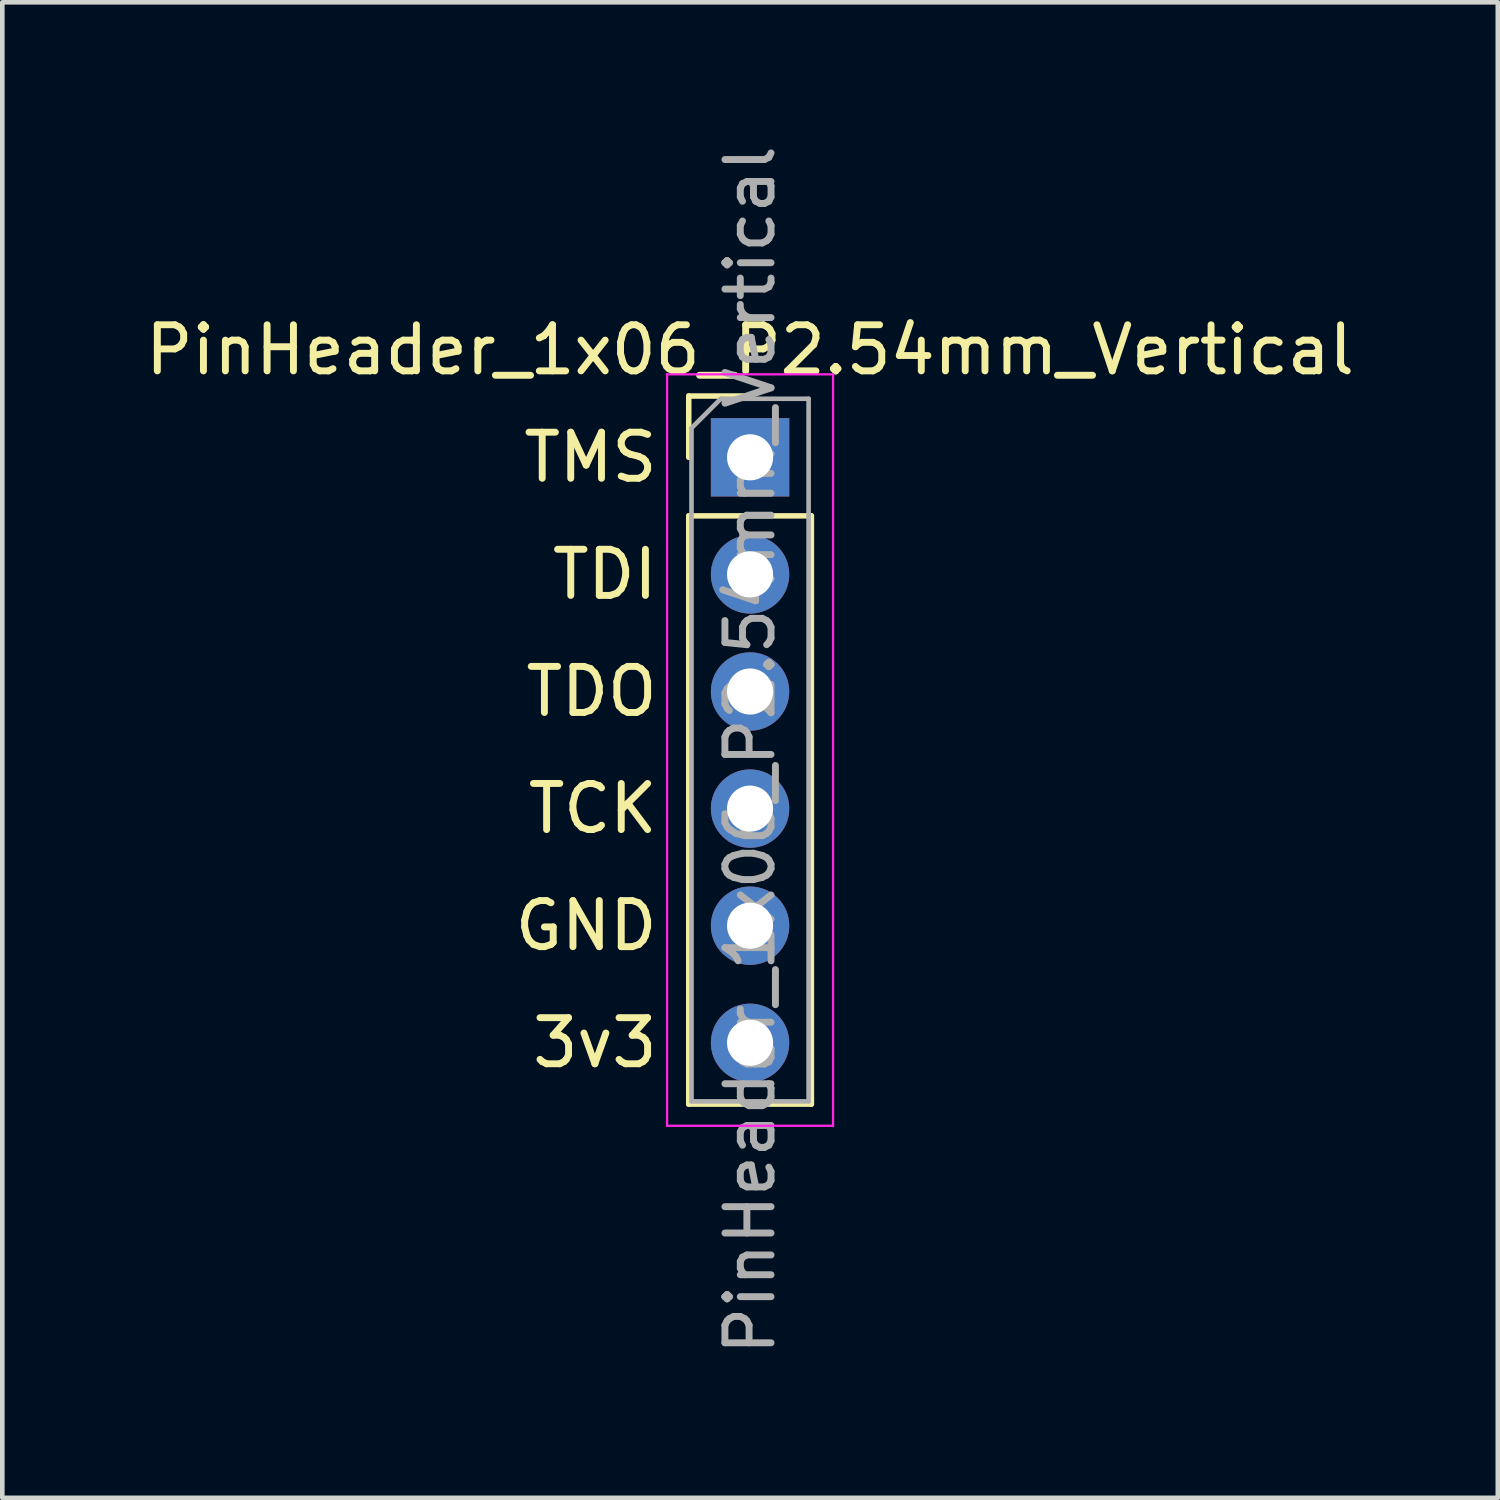
<source format=kicad_pcb>
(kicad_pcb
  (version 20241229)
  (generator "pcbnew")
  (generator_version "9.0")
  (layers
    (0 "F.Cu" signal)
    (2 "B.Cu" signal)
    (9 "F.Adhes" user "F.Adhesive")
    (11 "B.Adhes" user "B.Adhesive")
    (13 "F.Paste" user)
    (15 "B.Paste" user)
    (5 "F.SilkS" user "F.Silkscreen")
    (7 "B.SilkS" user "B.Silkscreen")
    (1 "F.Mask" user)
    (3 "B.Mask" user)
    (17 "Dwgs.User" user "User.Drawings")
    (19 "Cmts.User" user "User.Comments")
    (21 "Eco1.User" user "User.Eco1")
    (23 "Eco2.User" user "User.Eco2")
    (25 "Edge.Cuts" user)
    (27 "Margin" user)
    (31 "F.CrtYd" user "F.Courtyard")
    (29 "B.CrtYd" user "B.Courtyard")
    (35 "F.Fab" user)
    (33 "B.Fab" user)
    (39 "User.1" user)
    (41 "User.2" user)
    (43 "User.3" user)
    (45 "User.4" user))
  (footprint "PinHeader_1x06_P2.54mm_Vertical"
    (layer "F.Cu")
    (at 13.22 6.87)
    (property "Reference" "PinHeader_1x06_P2.54mm_Vertical" (at 0 -2.33 0) (layer "F.SilkS") (effects (font (size 1 1) (thickness 0.15))))
    (attr through_hole)
    (fp_line (start -1.33 -1.33) (end 0 -1.33) (stroke (width 0.12) (type solid)) (layer "F.SilkS"))
    (fp_line (start -1.33 0) (end -1.33 -1.33) (stroke (width 0.12) (type solid)) (layer "F.SilkS"))
    (fp_line (start -1.33 1.27) (end -1.33 14.03) (stroke (width 0.12) (type solid)) (layer "F.SilkS"))
    (fp_line (start -1.33 1.27) (end 1.33 1.27) (stroke (width 0.12) (type solid)) (layer "F.SilkS"))
    (fp_line (start -1.33 14.03) (end 1.33 14.03) (stroke (width 0.12) (type solid)) (layer "F.SilkS"))
    (fp_line (start 1.33 1.27) (end 1.33 14.03) (stroke (width 0.12) (type solid)) (layer "F.SilkS"))
    (fp_line (start -1.8 -1.8) (end -1.8 14.5) (stroke (width 0.05) (type solid)) (layer "F.CrtYd"))
    (fp_line (start -1.8 14.5) (end 1.8 14.5) (stroke (width 0.05) (type solid)) (layer "F.CrtYd"))
    (fp_line (start 1.8 -1.8) (end -1.8 -1.8) (stroke (width 0.05) (type solid)) (layer "F.CrtYd"))
    (fp_line (start 1.8 14.5) (end 1.8 -1.8) (stroke (width 0.05) (type solid)) (layer "F.CrtYd"))
    (fp_line (start -1.27 -0.635) (end -0.635 -1.27) (stroke (width 0.1) (type solid)) (layer "F.Fab"))
    (fp_line (start -1.27 13.97) (end -1.27 -0.635) (stroke (width 0.1) (type solid)) (layer "F.Fab"))
    (fp_line (start -0.635 -1.27) (end 1.27 -1.27) (stroke (width 0.1) (type solid)) (layer "F.Fab"))
    (fp_line (start 1.27 -1.27) (end 1.27 13.97) (stroke (width 0.1) (type solid)) (layer "F.Fab"))
    (fp_line (start 1.27 13.97) (end -1.27 13.97) (stroke (width 0.1) (type solid)) (layer "F.Fab"))
    (fp_text user "TMS" (at -3.461 0 0) (layer "F.SilkS") (effects (font (size 1 1) (thickness 0.15))))
    (fp_text user "GND" (at -3.556 10.16 0) (layer "F.SilkS") (effects (font (size 1 1) (thickness 0.15))))
    (fp_text user "TCK" (at -3.413 7.62 0) (layer "F.SilkS") (effects (font (size 1 1) (thickness 0.15))))
    (fp_text user "3v3" (at -3.366 12.7 0) (layer "F.SilkS") (effects (font (size 1 1) (thickness 0.15))))
    (fp_text user "TDO" (at -3.437 5.08 0) (layer "F.SilkS") (effects (font (size 1 1) (thickness 0.15))))
    (fp_text user "TDI" (at -3.151 2.54 0) (layer "F.SilkS") (effects (font (size 1 1) (thickness 0.15))))
    (fp_text user "${REFERENCE}" (at 0 6.35 90) (layer "F.Fab") (effects (font (size 1 1) (thickness 0.15))))
    (pad "1" thru_hole rect (at 0 0) (size 1.7 1.7) (drill 1) (layers "*.Cu" "*.Mask"))
    (pad "2" thru_hole oval (at 0 2.54) (size 1.7 1.7) (drill 1) (layers "*.Cu" "*.Mask"))
    (pad "3" thru_hole oval (at 0 5.08) (size 1.7 1.7) (drill 1) (layers "*.Cu" "*.Mask"))
    (pad "4" thru_hole oval (at 0 7.62) (size 1.7 1.7) (drill 1) (layers "*.Cu" "*.Mask"))
    (pad "5" thru_hole oval (at 0 10.16) (size 1.7 1.7) (drill 1) (layers "*.Cu" "*.Mask"))
    (pad "6" thru_hole oval (at 0 12.7) (size 1.7 1.7) (drill 1) (layers "*.Cu" "*.Mask")))
  (gr_rect
    (start -3 -3)
    (end 29.44 29.44)
    (stroke (width 0.1) (type default))
    (fill no)
    (layer "Edge.Cuts")))
</source>
